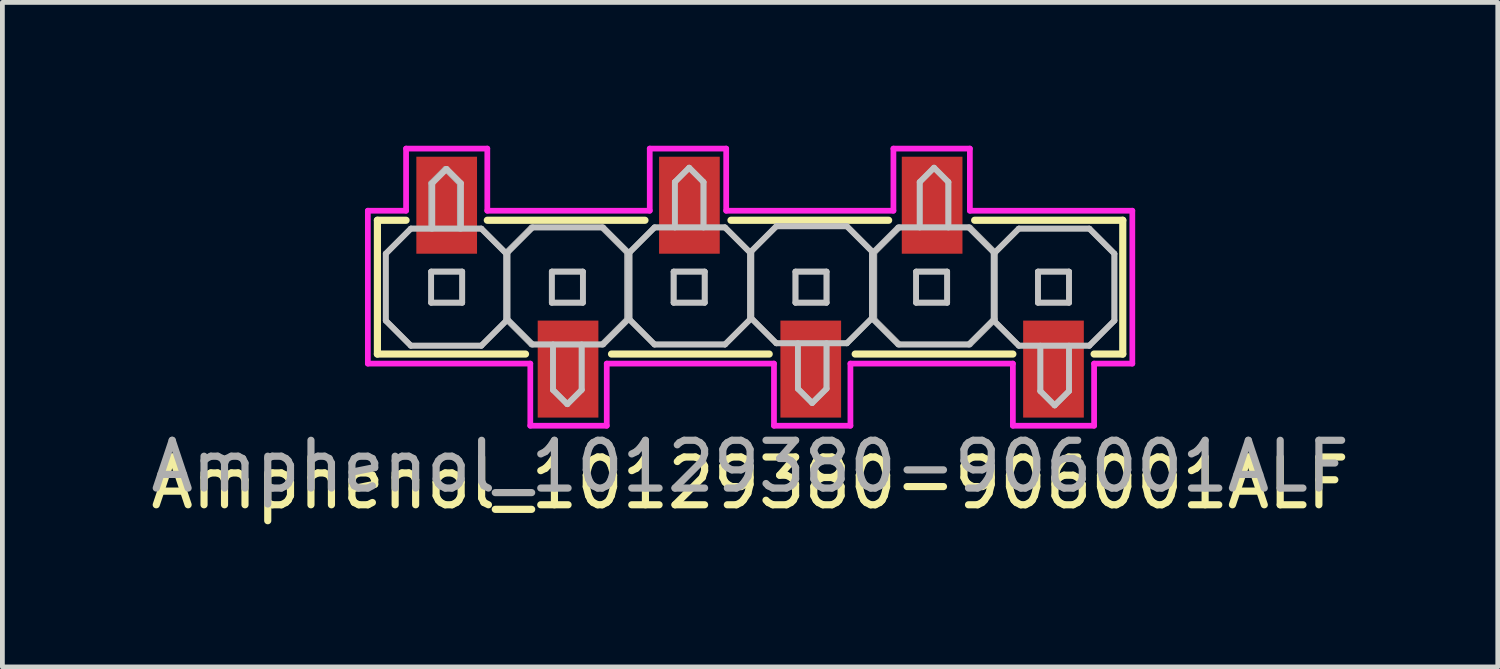
<source format=kicad_pcb>
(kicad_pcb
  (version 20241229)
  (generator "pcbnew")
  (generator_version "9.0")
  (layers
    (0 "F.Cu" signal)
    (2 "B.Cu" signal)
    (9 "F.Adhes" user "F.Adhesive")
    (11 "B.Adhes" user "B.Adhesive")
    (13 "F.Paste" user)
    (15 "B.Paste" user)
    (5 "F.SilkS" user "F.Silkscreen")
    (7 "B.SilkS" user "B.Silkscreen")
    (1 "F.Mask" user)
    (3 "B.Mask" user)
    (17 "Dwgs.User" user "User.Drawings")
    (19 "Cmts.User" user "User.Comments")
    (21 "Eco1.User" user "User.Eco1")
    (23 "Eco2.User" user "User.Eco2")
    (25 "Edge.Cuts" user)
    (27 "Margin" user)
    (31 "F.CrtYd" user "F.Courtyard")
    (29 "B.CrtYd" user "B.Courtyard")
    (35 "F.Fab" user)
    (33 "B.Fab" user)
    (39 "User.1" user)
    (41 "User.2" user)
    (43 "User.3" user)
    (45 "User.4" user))
  (footprint "Amphenol_10129380-906001ALF"
    (layer "F.Cu")
    (at 12.649 2.96)
    (property "Reference" "Amphenol_10129380-906001ALF" (at 0 4.1 0) (layer "F.SilkS") (effects (font (size 1 1) (thickness 0.15))))
    (attr smd)
    (fp_line (start -7.8 -1.4) (end -7.2 -1.4) (stroke (width 0.15) (type solid)) (layer "F.SilkS"))
    (fp_line (start -7.8 1.4) (end -7.8 -1.4) (stroke (width 0.15) (type solid)) (layer "F.SilkS"))
    (fp_line (start -7.8 1.4) (end -4.7 1.4) (stroke (width 0.15) (type solid)) (layer "F.SilkS"))
    (fp_line (start -5.5 -1.4) (end -2.2 -1.4) (stroke (width 0.15) (type solid)) (layer "F.SilkS"))
    (fp_line (start -2.9 1.4) (end 0.4 1.4) (stroke (width 0.15) (type solid)) (layer "F.SilkS"))
    (fp_line (start -0.4 -1.4) (end 2.9 -1.4) (stroke (width 0.15) (type solid)) (layer "F.SilkS"))
    (fp_line (start 2.2 1.4) (end 5.5 1.4) (stroke (width 0.15) (type solid)) (layer "F.SilkS"))
    (fp_line (start 4.7 -1.4) (end 7.8 -1.4) (stroke (width 0.15) (type solid)) (layer "F.SilkS"))
    (fp_line (start 7.8 -1.4) (end 7.8 1.4) (stroke (width 0.15) (type solid)) (layer "F.SilkS"))
    (fp_line (start 7.8 1.4) (end 7.2 1.4) (stroke (width 0.15) (type solid)) (layer "F.SilkS"))
    (fp_line (start -7.625 -0.7) (end -7.625 0.7) (stroke (width 0.12) (type solid)) (layer "Dwgs.User"))
    (fp_line (start -7.625 0.7) (end -7.1 1.225) (stroke (width 0.12) (type solid)) (layer "Dwgs.User"))
    (fp_line (start -7.1 -1.225) (end -7.625 -0.7) (stroke (width 0.12) (type solid)) (layer "Dwgs.User"))
    (fp_line (start -6.675 -0.325) (end -6.025 -0.325) (stroke (width 0.12) (type solid)) (layer "Dwgs.User"))
    (fp_line (start -6.675 0.325) (end -6.675 -0.325) (stroke (width 0.12) (type solid)) (layer "Dwgs.User"))
    (fp_line (start -6.65 -1.225) (end -6.65 -2.175) (stroke (width 0.12) (type solid)) (layer "Dwgs.User"))
    (fp_line (start -6.35 -2.475) (end -6.65 -2.175) (stroke (width 0.12) (type solid)) (layer "Dwgs.User"))
    (fp_line (start -6.05 -2.175) (end -6.35 -2.475) (stroke (width 0.12) (type solid)) (layer "Dwgs.User"))
    (fp_line (start -6.05 -1.225) (end -6.05 -2.175) (stroke (width 0.12) (type solid)) (layer "Dwgs.User"))
    (fp_line (start -6.025 -0.325) (end -6.025 0.325) (stroke (width 0.12) (type solid)) (layer "Dwgs.User"))
    (fp_line (start -6.025 0.325) (end -6.675 0.325) (stroke (width 0.12) (type solid)) (layer "Dwgs.User"))
    (fp_line (start -5.625 -1.225) (end -7.1 -1.225) (stroke (width 0.12) (type solid)) (layer "Dwgs.User"))
    (fp_line (start -5.625 -1.225) (end -5.1 -0.7) (stroke (width 0.12) (type solid)) (layer "Dwgs.User"))
    (fp_line (start -5.625 1.225) (end -7.1 1.225) (stroke (width 0.12) (type solid)) (layer "Dwgs.User"))
    (fp_line (start -5.1 -0.7) (end -5.1 0.7) (stroke (width 0.12) (type solid)) (layer "Dwgs.User"))
    (fp_line (start -5.1 0.7) (end -5.625 1.225) (stroke (width 0.12) (type solid)) (layer "Dwgs.User"))
    (fp_line (start -5.075 -0.725) (end -5.075 0.675) (stroke (width 0.12) (type solid)) (layer "Dwgs.User"))
    (fp_line (start -5.075 0.675) (end -4.55 1.2) (stroke (width 0.12) (type solid)) (layer "Dwgs.User"))
    (fp_line (start -4.55 -1.25) (end -5.075 -0.725) (stroke (width 0.12) (type solid)) (layer "Dwgs.User"))
    (fp_line (start -4.15 -0.325) (end -3.5 -0.325) (stroke (width 0.12) (type solid)) (layer "Dwgs.User"))
    (fp_line (start -4.15 0.325) (end -4.15 -0.325) (stroke (width 0.12) (type solid)) (layer "Dwgs.User"))
    (fp_line (start -4.125 1.2) (end -4.125 2.15) (stroke (width 0.12) (type solid)) (layer "Dwgs.User"))
    (fp_line (start -4.125 2.15) (end -3.825 2.45) (stroke (width 0.12) (type solid)) (layer "Dwgs.User"))
    (fp_line (start -3.825 2.45) (end -3.525 2.15) (stroke (width 0.12) (type solid)) (layer "Dwgs.User"))
    (fp_line (start -3.525 1.2) (end -3.525 2.15) (stroke (width 0.12) (type solid)) (layer "Dwgs.User"))
    (fp_line (start -3.5 -0.325) (end -3.5 0.325) (stroke (width 0.12) (type solid)) (layer "Dwgs.User"))
    (fp_line (start -3.5 0.325) (end -4.15 0.325) (stroke (width 0.12) (type solid)) (layer "Dwgs.User"))
    (fp_line (start -3.075 -1.25) (end -4.55 -1.25) (stroke (width 0.12) (type solid)) (layer "Dwgs.User"))
    (fp_line (start -3.075 -1.25) (end -2.55 -0.725) (stroke (width 0.12) (type solid)) (layer "Dwgs.User"))
    (fp_line (start -3.075 1.2) (end -4.55 1.2) (stroke (width 0.12) (type solid)) (layer "Dwgs.User"))
    (fp_line (start -2.55 -0.725) (end -2.55 0.675) (stroke (width 0.12) (type solid)) (layer "Dwgs.User"))
    (fp_line (start -2.55 0.675) (end -3.075 1.2) (stroke (width 0.12) (type solid)) (layer "Dwgs.User"))
    (fp_line (start -2.525 -0.725) (end -2.525 0.675) (stroke (width 0.12) (type solid)) (layer "Dwgs.User"))
    (fp_line (start -2.525 0.675) (end -2 1.2) (stroke (width 0.12) (type solid)) (layer "Dwgs.User"))
    (fp_line (start -2 -1.25) (end -2.525 -0.725) (stroke (width 0.12) (type solid)) (layer "Dwgs.User"))
    (fp_line (start -1.6 -0.325) (end -0.95 -0.325) (stroke (width 0.12) (type solid)) (layer "Dwgs.User"))
    (fp_line (start -1.6 0.325) (end -1.6 -0.325) (stroke (width 0.12) (type solid)) (layer "Dwgs.User"))
    (fp_line (start -1.575 -1.25) (end -1.575 -2.2) (stroke (width 0.12) (type solid)) (layer "Dwgs.User"))
    (fp_line (start -1.275 -2.5) (end -1.575 -2.2) (stroke (width 0.12) (type solid)) (layer "Dwgs.User"))
    (fp_line (start -0.975 -2.2) (end -1.275 -2.5) (stroke (width 0.12) (type solid)) (layer "Dwgs.User"))
    (fp_line (start -0.975 -1.25) (end -0.975 -2.2) (stroke (width 0.12) (type solid)) (layer "Dwgs.User"))
    (fp_line (start -0.95 -0.325) (end -0.95 0.325) (stroke (width 0.12) (type solid)) (layer "Dwgs.User"))
    (fp_line (start -0.95 0.325) (end -1.6 0.325) (stroke (width 0.12) (type solid)) (layer "Dwgs.User"))
    (fp_line (start -0.525 -1.25) (end -2 -1.25) (stroke (width 0.12) (type solid)) (layer "Dwgs.User"))
    (fp_line (start -0.525 -1.25) (end 0 -0.725) (stroke (width 0.12) (type solid)) (layer "Dwgs.User"))
    (fp_line (start -0.525 1.2) (end -2 1.2) (stroke (width 0.12) (type solid)) (layer "Dwgs.User"))
    (fp_line (start 0 -0.725) (end 0 0.675) (stroke (width 0.12) (type solid)) (layer "Dwgs.User"))
    (fp_line (start 0 0.675) (end -0.525 1.2) (stroke (width 0.12) (type solid)) (layer "Dwgs.User"))
    (fp_line (start 0.025 -0.75) (end 0.025 0.65) (stroke (width 0.12) (type solid)) (layer "Dwgs.User"))
    (fp_line (start 0.025 0.65) (end 0.55 1.175) (stroke (width 0.12) (type solid)) (layer "Dwgs.User"))
    (fp_line (start 0.55 -1.275) (end 0.025 -0.75) (stroke (width 0.12) (type solid)) (layer "Dwgs.User"))
    (fp_line (start 0.95 -0.325) (end 1.6 -0.325) (stroke (width 0.12) (type solid)) (layer "Dwgs.User"))
    (fp_line (start 0.95 0.325) (end 0.95 -0.325) (stroke (width 0.12) (type solid)) (layer "Dwgs.User"))
    (fp_line (start 1 1.175) (end 1 2.125) (stroke (width 0.12) (type solid)) (layer "Dwgs.User"))
    (fp_line (start 1 2.125) (end 1.3 2.425) (stroke (width 0.12) (type solid)) (layer "Dwgs.User"))
    (fp_line (start 1.3 2.425) (end 1.6 2.125) (stroke (width 0.12) (type solid)) (layer "Dwgs.User"))
    (fp_line (start 1.6 -0.325) (end 1.6 0.325) (stroke (width 0.12) (type solid)) (layer "Dwgs.User"))
    (fp_line (start 1.6 0.325) (end 0.95 0.325) (stroke (width 0.12) (type solid)) (layer "Dwgs.User"))
    (fp_line (start 1.6 1.175) (end 1.6 2.125) (stroke (width 0.12) (type solid)) (layer "Dwgs.User"))
    (fp_line (start 2.025 -1.275) (end 0.55 -1.275) (stroke (width 0.12) (type solid)) (layer "Dwgs.User"))
    (fp_line (start 2.025 -1.275) (end 2.55 -0.75) (stroke (width 0.12) (type solid)) (layer "Dwgs.User"))
    (fp_line (start 2.025 1.175) (end 0.55 1.175) (stroke (width 0.12) (type solid)) (layer "Dwgs.User"))
    (fp_line (start 2.55 -0.75) (end 2.55 0.65) (stroke (width 0.12) (type solid)) (layer "Dwgs.User"))
    (fp_line (start 2.55 0.65) (end 2.025 1.175) (stroke (width 0.12) (type solid)) (layer "Dwgs.User"))
    (fp_line (start 2.575 -0.725) (end 2.575 0.675) (stroke (width 0.12) (type solid)) (layer "Dwgs.User"))
    (fp_line (start 2.575 0.675) (end 3.1 1.2) (stroke (width 0.12) (type solid)) (layer "Dwgs.User"))
    (fp_line (start 3.1 -1.25) (end 2.575 -0.725) (stroke (width 0.12) (type solid)) (layer "Dwgs.User"))
    (fp_line (start 3.475 -0.325) (end 4.125 -0.325) (stroke (width 0.12) (type solid)) (layer "Dwgs.User"))
    (fp_line (start 3.475 0.325) (end 3.475 -0.325) (stroke (width 0.12) (type solid)) (layer "Dwgs.User"))
    (fp_line (start 3.55 -1.25) (end 3.55 -2.2) (stroke (width 0.12) (type solid)) (layer "Dwgs.User"))
    (fp_line (start 3.85 -2.5) (end 3.55 -2.2) (stroke (width 0.12) (type solid)) (layer "Dwgs.User"))
    (fp_line (start 4.125 -0.325) (end 4.125 0.325) (stroke (width 0.12) (type solid)) (layer "Dwgs.User"))
    (fp_line (start 4.125 0.325) (end 3.475 0.325) (stroke (width 0.12) (type solid)) (layer "Dwgs.User"))
    (fp_line (start 4.15 -2.2) (end 3.85 -2.5) (stroke (width 0.12) (type solid)) (layer "Dwgs.User"))
    (fp_line (start 4.15 -1.25) (end 4.15 -2.2) (stroke (width 0.12) (type solid)) (layer "Dwgs.User"))
    (fp_line (start 4.575 -1.25) (end 3.1 -1.25) (stroke (width 0.12) (type solid)) (layer "Dwgs.User"))
    (fp_line (start 4.575 -1.25) (end 5.1 -0.725) (stroke (width 0.12) (type solid)) (layer "Dwgs.User"))
    (fp_line (start 4.575 1.2) (end 3.1 1.2) (stroke (width 0.12) (type solid)) (layer "Dwgs.User"))
    (fp_line (start 5.1 -0.725) (end 5.1 0.675) (stroke (width 0.12) (type solid)) (layer "Dwgs.User"))
    (fp_line (start 5.1 -0.7) (end 5.1 0.7) (stroke (width 0.12) (type solid)) (layer "Dwgs.User"))
    (fp_line (start 5.1 0.675) (end 4.575 1.2) (stroke (width 0.12) (type solid)) (layer "Dwgs.User"))
    (fp_line (start 5.1 0.7) (end 5.625 1.225) (stroke (width 0.12) (type solid)) (layer "Dwgs.User"))
    (fp_line (start 5.625 -1.225) (end 5.1 -0.7) (stroke (width 0.12) (type solid)) (layer "Dwgs.User"))
    (fp_line (start 6.025 -0.325) (end 6.675 -0.325) (stroke (width 0.12) (type solid)) (layer "Dwgs.User"))
    (fp_line (start 6.025 0.325) (end 6.025 -0.325) (stroke (width 0.12) (type solid)) (layer "Dwgs.User"))
    (fp_line (start 6.075 1.225) (end 6.075 2.175) (stroke (width 0.12) (type solid)) (layer "Dwgs.User"))
    (fp_line (start 6.075 2.175) (end 6.375 2.475) (stroke (width 0.12) (type solid)) (layer "Dwgs.User"))
    (fp_line (start 6.375 2.475) (end 6.675 2.175) (stroke (width 0.12) (type solid)) (layer "Dwgs.User"))
    (fp_line (start 6.675 -0.325) (end 6.675 0.325) (stroke (width 0.12) (type solid)) (layer "Dwgs.User"))
    (fp_line (start 6.675 0.325) (end 6.025 0.325) (stroke (width 0.12) (type solid)) (layer "Dwgs.User"))
    (fp_line (start 6.675 1.225) (end 6.675 2.175) (stroke (width 0.12) (type solid)) (layer "Dwgs.User"))
    (fp_line (start 7.1 -1.225) (end 5.625 -1.225) (stroke (width 0.12) (type solid)) (layer "Dwgs.User"))
    (fp_line (start 7.1 -1.225) (end 7.625 -0.7) (stroke (width 0.12) (type solid)) (layer "Dwgs.User"))
    (fp_line (start 7.1 1.225) (end 5.625 1.225) (stroke (width 0.12) (type solid)) (layer "Dwgs.User"))
    (fp_line (start 7.625 -0.7) (end 7.625 0.7) (stroke (width 0.12) (type solid)) (layer "Dwgs.User"))
    (fp_line (start 7.625 0.7) (end 7.1 1.225) (stroke (width 0.12) (type solid)) (layer "Dwgs.User"))
    (fp_line (start -8 -1.6) (end -7.2 -1.6) (stroke (width 0.12) (type solid)) (layer "F.CrtYd"))
    (fp_line (start -8 1.6) (end -8 -1.6) (stroke (width 0.12) (type solid)) (layer "F.CrtYd"))
    (fp_line (start -7.2 -2.9) (end -5.5 -2.9) (stroke (width 0.12) (type solid)) (layer "F.CrtYd"))
    (fp_line (start -7.2 -1.6) (end -7.2 -2.9) (stroke (width 0.12) (type solid)) (layer "F.CrtYd"))
    (fp_line (start -5.5 -2.9) (end -5.5 -1.6) (stroke (width 0.12) (type solid)) (layer "F.CrtYd"))
    (fp_line (start -5.5 -1.6) (end -2.1 -1.6) (stroke (width 0.12) (type solid)) (layer "F.CrtYd"))
    (fp_line (start -4.6 1.6) (end -8 1.6) (stroke (width 0.12) (type solid)) (layer "F.CrtYd"))
    (fp_line (start -4.6 2.9) (end -4.6 1.6) (stroke (width 0.12) (type solid)) (layer "F.CrtYd"))
    (fp_line (start -3 1.6) (end -3 2.9) (stroke (width 0.12) (type solid)) (layer "F.CrtYd"))
    (fp_line (start -3 2.9) (end -4.6 2.9) (stroke (width 0.12) (type solid)) (layer "F.CrtYd"))
    (fp_line (start -2.1 -2.9) (end -0.5 -2.9) (stroke (width 0.12) (type solid)) (layer "F.CrtYd"))
    (fp_line (start -2.1 -1.6) (end -2.1 -2.9) (stroke (width 0.12) (type solid)) (layer "F.CrtYd"))
    (fp_line (start -0.5 -2.9) (end -0.5 -1.6) (stroke (width 0.12) (type solid)) (layer "F.CrtYd"))
    (fp_line (start -0.5 -1.6) (end 3 -1.6) (stroke (width 0.12) (type solid)) (layer "F.CrtYd"))
    (fp_line (start 0.5 1.6) (end -3 1.6) (stroke (width 0.12) (type solid)) (layer "F.CrtYd"))
    (fp_line (start 0.5 2.9) (end 0.5 1.6) (stroke (width 0.12) (type solid)) (layer "F.CrtYd"))
    (fp_line (start 2.1 1.6) (end 2.1 2.9) (stroke (width 0.12) (type solid)) (layer "F.CrtYd"))
    (fp_line (start 2.1 2.9) (end 0.5 2.9) (stroke (width 0.12) (type solid)) (layer "F.CrtYd"))
    (fp_line (start 3 -2.9) (end 4.6 -2.9) (stroke (width 0.12) (type solid)) (layer "F.CrtYd"))
    (fp_line (start 3 -1.6) (end 3 -2.9) (stroke (width 0.12) (type solid)) (layer "F.CrtYd"))
    (fp_line (start 4.6 -2.9) (end 4.6 -1.6) (stroke (width 0.12) (type solid)) (layer "F.CrtYd"))
    (fp_line (start 4.6 -1.6) (end 8 -1.6) (stroke (width 0.12) (type solid)) (layer "F.CrtYd"))
    (fp_line (start 5.5 1.6) (end 2.1 1.6) (stroke (width 0.12) (type solid)) (layer "F.CrtYd"))
    (fp_line (start 5.5 2.9) (end 5.5 1.6) (stroke (width 0.12) (type solid)) (layer "F.CrtYd"))
    (fp_line (start 7.2 1.6) (end 7.2 2.9) (stroke (width 0.12) (type solid)) (layer "F.CrtYd"))
    (fp_line (start 7.2 2.9) (end 5.5 2.9) (stroke (width 0.12) (type solid)) (layer "F.CrtYd"))
    (fp_line (start 8 -1.6) (end 8 1.6) (stroke (width 0.12) (type solid)) (layer "F.CrtYd"))
    (fp_line (start 8 1.6) (end 7.2 1.6) (stroke (width 0.12) (type solid)) (layer "F.CrtYd"))
    (fp_line (start -7.625 -0.7) (end -7.1 -1.225) (stroke (width 0.12) (type solid)) (layer "F.Fab"))
    (fp_line (start -7.625 0.7) (end -7.625 -0.7) (stroke (width 0.12) (type solid)) (layer "F.Fab"))
    (fp_line (start -7.1 -1.225) (end -5.625 -1.225) (stroke (width 0.12) (type solid)) (layer "F.Fab"))
    (fp_line (start -7.1 1.225) (end -7.625 0.7) (stroke (width 0.12) (type solid)) (layer "F.Fab"))
    (fp_line (start -7.1 1.225) (end -5.625 1.225) (stroke (width 0.12) (type solid)) (layer "F.Fab"))
    (fp_line (start -6.675 -1.225) (end -6.675 -2.175) (stroke (width 0.12) (type solid)) (layer "F.Fab"))
    (fp_line (start -6.675 -0.325) (end -6.025 -0.325) (stroke (width 0.12) (type solid)) (layer "F.Fab"))
    (fp_line (start -6.675 0.325) (end -6.675 -0.325) (stroke (width 0.12) (type solid)) (layer "F.Fab"))
    (fp_line (start -6.375 -2.475) (end -6.675 -2.175) (stroke (width 0.12) (type solid)) (layer "F.Fab"))
    (fp_line (start -6.075 -2.175) (end -6.375 -2.475) (stroke (width 0.12) (type solid)) (layer "F.Fab"))
    (fp_line (start -6.075 -1.225) (end -6.075 -2.175) (stroke (width 0.12) (type solid)) (layer "F.Fab"))
    (fp_line (start -6.025 -0.325) (end -6.025 0.325) (stroke (width 0.12) (type solid)) (layer "F.Fab"))
    (fp_line (start -6.025 0.325) (end -6.675 0.325) (stroke (width 0.12) (type solid)) (layer "F.Fab"))
    (fp_line (start -5.625 1.225) (end -5.1 0.7) (stroke (width 0.12) (type solid)) (layer "F.Fab"))
    (fp_line (start -5.1 -0.725) (end -5.1 0.675) (stroke (width 0.12) (type solid)) (layer "F.Fab"))
    (fp_line (start -5.1 -0.7) (end -5.625 -1.225) (stroke (width 0.12) (type solid)) (layer "F.Fab"))
    (fp_line (start -5.1 0.675) (end -4.575 1.2) (stroke (width 0.12) (type solid)) (layer "F.Fab"))
    (fp_line (start -5.1 0.7) (end -5.1 -0.7) (stroke (width 0.12) (type solid)) (layer "F.Fab"))
    (fp_line (start -4.575 -1.25) (end -5.1 -0.725) (stroke (width 0.12) (type solid)) (layer "F.Fab"))
    (fp_line (start -4.15 -0.325) (end -3.5 -0.325) (stroke (width 0.12) (type solid)) (layer "F.Fab"))
    (fp_line (start -4.15 0.325) (end -4.15 -0.325) (stroke (width 0.12) (type solid)) (layer "F.Fab"))
    (fp_line (start -4.125 1.2) (end -4.125 2.15) (stroke (width 0.12) (type solid)) (layer "F.Fab"))
    (fp_line (start -4.125 2.15) (end -3.825 2.45) (stroke (width 0.12) (type solid)) (layer "F.Fab"))
    (fp_line (start -3.825 2.45) (end -3.525 2.15) (stroke (width 0.12) (type solid)) (layer "F.Fab"))
    (fp_line (start -3.525 1.2) (end -3.525 2.15) (stroke (width 0.12) (type solid)) (layer "F.Fab"))
    (fp_line (start -3.5 -0.325) (end -3.5 0.325) (stroke (width 0.12) (type solid)) (layer "F.Fab"))
    (fp_line (start -3.5 0.325) (end -4.15 0.325) (stroke (width 0.12) (type solid)) (layer "F.Fab"))
    (fp_line (start -3.1 -1.25) (end -4.575 -1.25) (stroke (width 0.12) (type solid)) (layer "F.Fab"))
    (fp_line (start -3.1 -1.25) (end -2.575 -0.725) (stroke (width 0.12) (type solid)) (layer "F.Fab"))
    (fp_line (start -3.1 1.2) (end -4.575 1.2) (stroke (width 0.12) (type solid)) (layer "F.Fab"))
    (fp_line (start -2.575 -0.725) (end -2.575 0.675) (stroke (width 0.12) (type solid)) (layer "F.Fab"))
    (fp_line (start -2.575 0.675) (end -3.1 1.2) (stroke (width 0.12) (type solid)) (layer "F.Fab"))
    (fp_line (start -2.525 -0.725) (end -2 -1.25) (stroke (width 0.12) (type solid)) (layer "F.Fab"))
    (fp_line (start -2.525 0.675) (end -2.525 -0.725) (stroke (width 0.12) (type solid)) (layer "F.Fab"))
    (fp_line (start -2 -1.25) (end -0.525 -1.25) (stroke (width 0.12) (type solid)) (layer "F.Fab"))
    (fp_line (start -2 1.2) (end -2.525 0.675) (stroke (width 0.12) (type solid)) (layer "F.Fab"))
    (fp_line (start -2 1.2) (end -0.525 1.2) (stroke (width 0.12) (type solid)) (layer "F.Fab"))
    (fp_line (start -1.6 -0.325) (end -0.95 -0.325) (stroke (width 0.12) (type solid)) (layer "F.Fab"))
    (fp_line (start -1.6 0.325) (end -1.6 -0.325) (stroke (width 0.12) (type solid)) (layer "F.Fab"))
    (fp_line (start -1.575 -1.25) (end -1.575 -2.2) (stroke (width 0.12) (type solid)) (layer "F.Fab"))
    (fp_line (start -1.275 -2.5) (end -1.575 -2.2) (stroke (width 0.12) (type solid)) (layer "F.Fab"))
    (fp_line (start -0.975 -2.2) (end -1.275 -2.5) (stroke (width 0.12) (type solid)) (layer "F.Fab"))
    (fp_line (start -0.975 -1.25) (end -0.975 -2.2) (stroke (width 0.12) (type solid)) (layer "F.Fab"))
    (fp_line (start -0.95 -0.325) (end -0.95 0.325) (stroke (width 0.12) (type solid)) (layer "F.Fab"))
    (fp_line (start -0.95 0.325) (end -1.6 0.325) (stroke (width 0.12) (type solid)) (layer "F.Fab"))
    (fp_line (start -0.525 1.2) (end 0 0.675) (stroke (width 0.12) (type solid)) (layer "F.Fab"))
    (fp_line (start 0 -0.725) (end -0.525 -1.25) (stroke (width 0.12) (type solid)) (layer "F.Fab"))
    (fp_line (start 0 0.675) (end 0 -0.725) (stroke (width 0.12) (type solid)) (layer "F.Fab"))
    (fp_line (start 0.025 -0.75) (end 0.025 0.65) (stroke (width 0.12) (type solid)) (layer "F.Fab"))
    (fp_line (start 0.025 0.65) (end 0.55 1.175) (stroke (width 0.12) (type solid)) (layer "F.Fab"))
    (fp_line (start 0.55 -1.275) (end 0.025 -0.75) (stroke (width 0.12) (type solid)) (layer "F.Fab"))
    (fp_line (start 0.95 -0.325) (end 1.6 -0.325) (stroke (width 0.12) (type solid)) (layer "F.Fab"))
    (fp_line (start 0.95 0.325) (end 0.95 -0.325) (stroke (width 0.12) (type solid)) (layer "F.Fab"))
    (fp_line (start 1 1.175) (end 1 2.125) (stroke (width 0.12) (type solid)) (layer "F.Fab"))
    (fp_line (start 1 2.125) (end 1.3 2.425) (stroke (width 0.12) (type solid)) (layer "F.Fab"))
    (fp_line (start 1.3 2.425) (end 1.6 2.125) (stroke (width 0.12) (type solid)) (layer "F.Fab"))
    (fp_line (start 1.6 -0.325) (end 1.6 0.325) (stroke (width 0.12) (type solid)) (layer "F.Fab"))
    (fp_line (start 1.6 0.325) (end 0.95 0.325) (stroke (width 0.12) (type solid)) (layer "F.Fab"))
    (fp_line (start 1.6 1.175) (end 1.6 2.125) (stroke (width 0.12) (type solid)) (layer "F.Fab"))
    (fp_line (start 2.025 -1.275) (end 0.55 -1.275) (stroke (width 0.12) (type solid)) (layer "F.Fab"))
    (fp_line (start 2.025 -1.275) (end 2.55 -0.75) (stroke (width 0.12) (type solid)) (layer "F.Fab"))
    (fp_line (start 2.025 1.175) (end 0.55 1.175) (stroke (width 0.12) (type solid)) (layer "F.Fab"))
    (fp_line (start 2.55 -0.75) (end 2.55 0.65) (stroke (width 0.12) (type solid)) (layer "F.Fab"))
    (fp_line (start 2.55 0.65) (end 2.025 1.175) (stroke (width 0.12) (type solid)) (layer "F.Fab"))
    (fp_line (start 2.6 -0.725) (end 3.125 -1.25) (stroke (width 0.12) (type solid)) (layer "F.Fab"))
    (fp_line (start 2.6 0.675) (end 2.6 -0.725) (stroke (width 0.12) (type solid)) (layer "F.Fab"))
    (fp_line (start 3.125 -1.25) (end 4.6 -1.25) (stroke (width 0.12) (type solid)) (layer "F.Fab"))
    (fp_line (start 3.125 1.2) (end 2.6 0.675) (stroke (width 0.12) (type solid)) (layer "F.Fab"))
    (fp_line (start 3.125 1.2) (end 4.6 1.2) (stroke (width 0.12) (type solid)) (layer "F.Fab"))
    (fp_line (start 3.475 -0.325) (end 4.125 -0.325) (stroke (width 0.12) (type solid)) (layer "F.Fab"))
    (fp_line (start 3.475 0.325) (end 3.475 -0.325) (stroke (width 0.12) (type solid)) (layer "F.Fab"))
    (fp_line (start 3.55 -1.25) (end 3.55 -2.2) (stroke (width 0.12) (type solid)) (layer "F.Fab"))
    (fp_line (start 3.85 -2.5) (end 3.55 -2.2) (stroke (width 0.12) (type solid)) (layer "F.Fab"))
    (fp_line (start 4.125 -0.325) (end 4.125 0.325) (stroke (width 0.12) (type solid)) (layer "F.Fab"))
    (fp_line (start 4.125 0.325) (end 3.475 0.325) (stroke (width 0.12) (type solid)) (layer "F.Fab"))
    (fp_line (start 4.15 -2.2) (end 3.85 -2.5) (stroke (width 0.12) (type solid)) (layer "F.Fab"))
    (fp_line (start 4.15 -1.25) (end 4.15 -2.2) (stroke (width 0.12) (type solid)) (layer "F.Fab"))
    (fp_line (start 4.6 1.2) (end 5.125 0.675) (stroke (width 0.12) (type solid)) (layer "F.Fab"))
    (fp_line (start 5.1 -0.7) (end 5.1 0.7) (stroke (width 0.12) (type solid)) (layer "F.Fab"))
    (fp_line (start 5.1 0.7) (end 5.625 1.225) (stroke (width 0.12) (type solid)) (layer "F.Fab"))
    (fp_line (start 5.125 -0.725) (end 4.6 -1.25) (stroke (width 0.12) (type solid)) (layer "F.Fab"))
    (fp_line (start 5.125 0.675) (end 5.125 -0.725) (stroke (width 0.12) (type solid)) (layer "F.Fab"))
    (fp_line (start 5.625 -1.225) (end 5.1 -0.7) (stroke (width 0.12) (type solid)) (layer "F.Fab"))
    (fp_line (start 6.025 -0.325) (end 6.675 -0.325) (stroke (width 0.12) (type solid)) (layer "F.Fab"))
    (fp_line (start 6.025 0.325) (end 6.025 -0.325) (stroke (width 0.12) (type solid)) (layer "F.Fab"))
    (fp_line (start 6.075 1.225) (end 6.075 2.175) (stroke (width 0.12) (type solid)) (layer "F.Fab"))
    (fp_line (start 6.075 2.175) (end 6.375 2.475) (stroke (width 0.12) (type solid)) (layer "F.Fab"))
    (fp_line (start 6.375 2.475) (end 6.675 2.175) (stroke (width 0.12) (type solid)) (layer "F.Fab"))
    (fp_line (start 6.675 -0.325) (end 6.675 0.325) (stroke (width 0.12) (type solid)) (layer "F.Fab"))
    (fp_line (start 6.675 0.325) (end 6.025 0.325) (stroke (width 0.12) (type solid)) (layer "F.Fab"))
    (fp_line (start 6.675 1.225) (end 6.675 2.175) (stroke (width 0.12) (type solid)) (layer "F.Fab"))
    (fp_line (start 7.1 -1.225) (end 5.625 -1.225) (stroke (width 0.12) (type solid)) (layer "F.Fab"))
    (fp_line (start 7.1 -1.225) (end 7.625 -0.7) (stroke (width 0.12) (type solid)) (layer "F.Fab"))
    (fp_line (start 7.1 1.225) (end 5.625 1.225) (stroke (width 0.12) (type solid)) (layer "F.Fab"))
    (fp_line (start 7.625 -0.7) (end 7.625 0.7) (stroke (width 0.12) (type solid)) (layer "F.Fab"))
    (fp_line (start 7.625 0.7) (end 7.1 1.225) (stroke (width 0.12) (type solid)) (layer "F.Fab"))
    (fp_text user "${REFERENCE}" (at 0 3.75 0) (layer "F.Fab") (effects (font (size 1 1) (thickness 0.15))))
    (pad "1" smd rect (at -6.35 -1.715) (size 1.27 2.03) (layers "F.Cu" "F.Mask" "F.Paste"))
    (pad "2" smd rect (at -3.81 1.715) (size 1.27 2.03) (layers "F.Cu" "F.Mask" "F.Paste"))
    (pad "3" smd rect (at -1.27 -1.715) (size 1.27 2.03) (layers "F.Cu" "F.Mask" "F.Paste"))
    (pad "4" smd rect (at 1.27 1.715) (size 1.27 2.03) (layers "F.Cu" "F.Mask" "F.Paste"))
    (pad "5" smd rect (at 3.81 -1.715) (size 1.27 2.03) (layers "F.Cu" "F.Mask" "F.Paste"))
    (pad "6" smd rect (at 6.35 1.715) (size 1.27 2.03) (layers "F.Cu" "F.Mask" "F.Paste")))
  (gr_rect
    (start -3 -3)
    (end 28.298 10.908)
    (stroke (width 0.1) (type default))
    (fill no)
    (layer "Edge.Cuts")))
</source>
